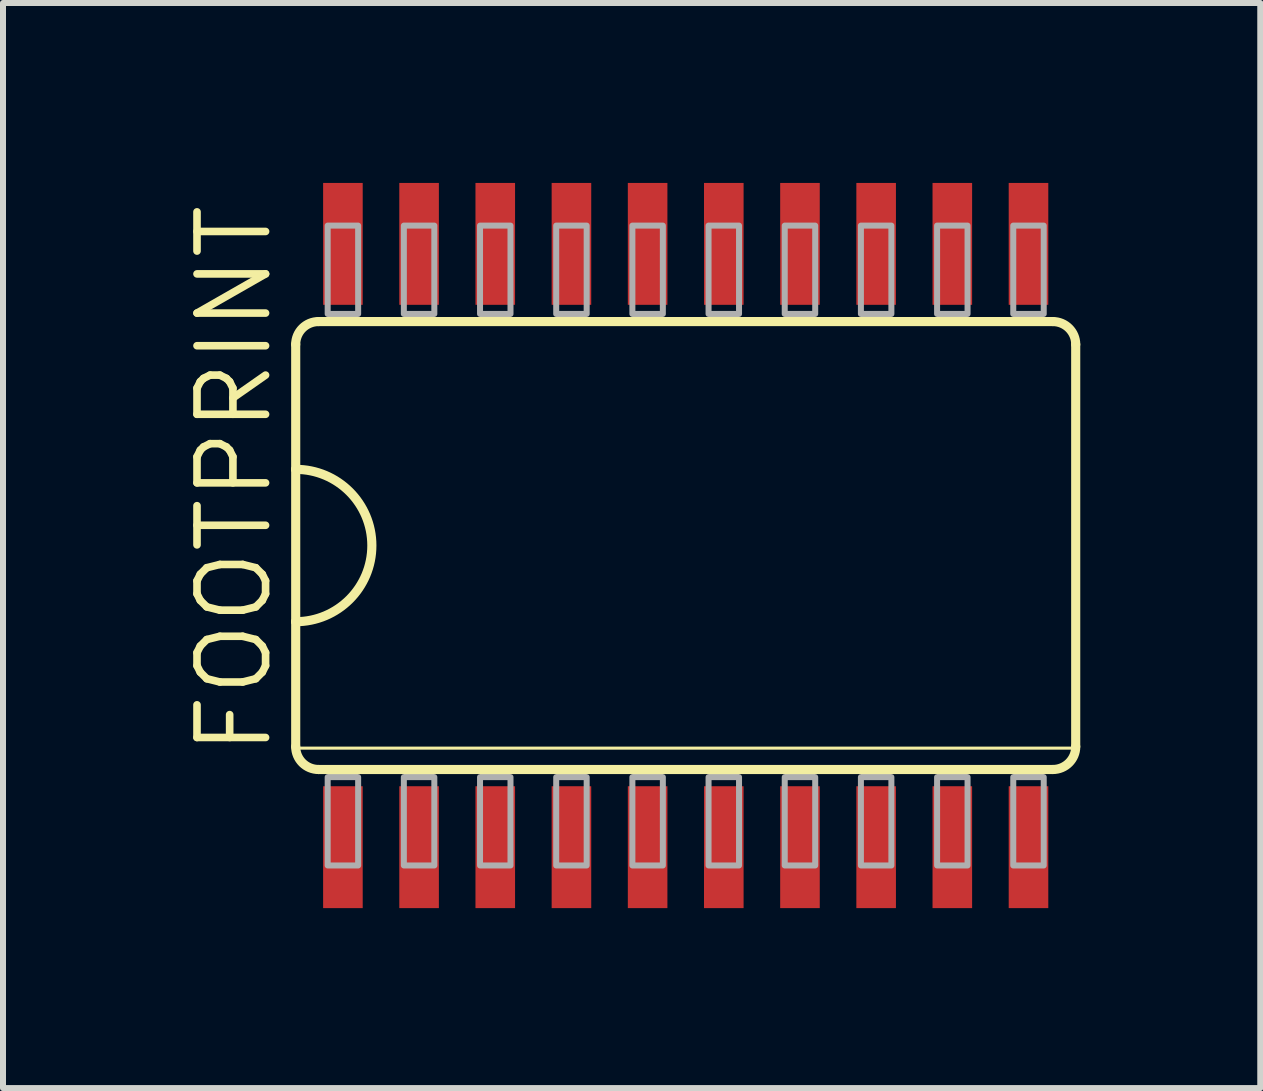
<source format=kicad_pcb>
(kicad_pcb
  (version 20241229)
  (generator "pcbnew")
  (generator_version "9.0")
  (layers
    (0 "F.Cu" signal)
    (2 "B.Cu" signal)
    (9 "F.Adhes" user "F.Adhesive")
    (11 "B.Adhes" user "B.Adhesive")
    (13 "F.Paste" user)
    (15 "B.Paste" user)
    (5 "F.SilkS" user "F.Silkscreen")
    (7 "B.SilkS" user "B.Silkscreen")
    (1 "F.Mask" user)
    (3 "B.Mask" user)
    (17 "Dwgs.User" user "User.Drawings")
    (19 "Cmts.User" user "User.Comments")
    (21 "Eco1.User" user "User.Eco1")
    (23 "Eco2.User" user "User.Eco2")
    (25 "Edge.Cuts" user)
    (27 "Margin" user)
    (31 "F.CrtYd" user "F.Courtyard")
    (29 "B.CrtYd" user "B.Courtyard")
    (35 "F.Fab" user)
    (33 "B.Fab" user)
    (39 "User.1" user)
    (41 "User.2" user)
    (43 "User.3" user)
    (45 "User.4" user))
  (footprint "FOOTPRINT"
    (layer "F.Cu")
    (at 8.382 6.045)
    (property "Reference" "FOOTPRINT" (at -6.858 3.556 90) (layer "F.SilkS") (effects (font (size 1.143 1.143) (thickness 0.127)) (justify left bottom)))
    (fp_line (start -6.502 -3.353) (end -6.502 -1.27) (stroke (width 0.152) (type solid)) (layer "F.SilkS"))
    (fp_line (start -6.502 -1.27) (end -6.502 1.27) (stroke (width 0.152) (type solid)) (layer "F.SilkS"))
    (fp_line (start -6.502 1.27) (end -6.502 3.353) (stroke (width 0.152) (type solid)) (layer "F.SilkS"))
    (fp_line (start -6.477 3.378) (end 6.477 3.378) (stroke (width 0.051) (type solid)) (layer "F.SilkS"))
    (fp_line (start -6.121 3.734) (end 6.121 3.734) (stroke (width 0.152) (type solid)) (layer "F.SilkS"))
    (fp_line (start 6.121 -3.734) (end -6.121 -3.734) (stroke (width 0.152) (type solid)) (layer "F.SilkS"))
    (fp_line (start 6.502 3.353) (end 6.502 -3.353) (stroke (width 0.152) (type solid)) (layer "F.SilkS"))
    (fp_arc (start -6.5024 -3.3528) (mid -6.390808 -3.622208) (end -6.1214 -3.7338) (stroke (width 0.1524) (type solid)) (layer "F.SilkS"))
    (fp_arc (start -6.5024 -1.27) (mid -5.2324 0) (end -6.5024 1.27) (stroke (width 0.1524) (type solid)) (layer "F.SilkS"))
    (fp_arc (start -6.1214 3.7338) (mid -6.390808 3.622208) (end -6.5024 3.3528) (stroke (width 0.1524) (type solid)) (layer "F.SilkS"))
    (fp_arc (start 6.1214 -3.7338) (mid 6.390808 -3.622208) (end 6.5024 -3.3528) (stroke (width 0.1524) (type solid)) (layer "F.SilkS"))
    (fp_arc (start 6.5024 3.3528) (mid 6.390808 3.622208) (end 6.1214 3.7338) (stroke (width 0.1524) (type solid)) (layer "F.SilkS"))
    (fp_poly (pts (xy -5.969 -3.734) (xy -5.461 -3.734) (xy -5.461 -3.861) (xy -5.969 -3.861)) (stroke (width 0) (type solid)) (fill yes) (layer "F.SilkS"))
    (fp_poly (pts (xy -5.969 3.861) (xy -5.461 3.861) (xy -5.461 3.734) (xy -5.969 3.734)) (stroke (width 0) (type solid)) (fill yes) (layer "F.SilkS"))
    (fp_poly (pts (xy -4.699 -3.734) (xy -4.191 -3.734) (xy -4.191 -3.861) (xy -4.699 -3.861)) (stroke (width 0) (type solid)) (fill yes) (layer "F.SilkS"))
    (fp_poly (pts (xy -4.699 3.861) (xy -4.191 3.861) (xy -4.191 3.734) (xy -4.699 3.734)) (stroke (width 0) (type solid)) (fill yes) (layer "F.SilkS"))
    (fp_poly (pts (xy -3.429 -3.734) (xy -2.921 -3.734) (xy -2.921 -3.861) (xy -3.429 -3.861)) (stroke (width 0) (type solid)) (fill yes) (layer "F.SilkS"))
    (fp_poly (pts (xy -3.429 3.861) (xy -2.921 3.861) (xy -2.921 3.734) (xy -3.429 3.734)) (stroke (width 0) (type solid)) (fill yes) (layer "F.SilkS"))
    (fp_poly (pts (xy -2.159 -3.734) (xy -1.651 -3.734) (xy -1.651 -3.861) (xy -2.159 -3.861)) (stroke (width 0) (type solid)) (fill yes) (layer "F.SilkS"))
    (fp_poly (pts (xy -2.159 3.861) (xy -1.651 3.861) (xy -1.651 3.734) (xy -2.159 3.734)) (stroke (width 0) (type solid)) (fill yes) (layer "F.SilkS"))
    (fp_poly (pts (xy -0.889 -3.734) (xy -0.381 -3.734) (xy -0.381 -3.861) (xy -0.889 -3.861)) (stroke (width 0) (type solid)) (fill yes) (layer "F.SilkS"))
    (fp_poly (pts (xy -0.889 3.861) (xy -0.381 3.861) (xy -0.381 3.734) (xy -0.889 3.734)) (stroke (width 0) (type solid)) (fill yes) (layer "F.SilkS"))
    (fp_poly (pts (xy 0.381 -3.734) (xy 0.889 -3.734) (xy 0.889 -3.861) (xy 0.381 -3.861)) (stroke (width 0) (type solid)) (fill yes) (layer "F.SilkS"))
    (fp_poly (pts (xy 0.381 3.861) (xy 0.889 3.861) (xy 0.889 3.734) (xy 0.381 3.734)) (stroke (width 0) (type solid)) (fill yes) (layer "F.SilkS"))
    (fp_poly (pts (xy 1.651 -3.734) (xy 2.159 -3.734) (xy 2.159 -3.861) (xy 1.651 -3.861)) (stroke (width 0) (type solid)) (fill yes) (layer "F.SilkS"))
    (fp_poly (pts (xy 1.651 3.861) (xy 2.159 3.861) (xy 2.159 3.734) (xy 1.651 3.734)) (stroke (width 0) (type solid)) (fill yes) (layer "F.SilkS"))
    (fp_poly (pts (xy 2.921 -3.734) (xy 3.429 -3.734) (xy 3.429 -3.861) (xy 2.921 -3.861)) (stroke (width 0) (type solid)) (fill yes) (layer "F.SilkS"))
    (fp_poly (pts (xy 2.921 3.861) (xy 3.429 3.861) (xy 3.429 3.734) (xy 2.921 3.734)) (stroke (width 0) (type solid)) (fill yes) (layer "F.SilkS"))
    (fp_poly (pts (xy 4.191 -3.734) (xy 4.699 -3.734) (xy 4.699 -3.861) (xy 4.191 -3.861)) (stroke (width 0) (type solid)) (fill yes) (layer "F.SilkS"))
    (fp_poly (pts (xy 4.191 3.861) (xy 4.699 3.861) (xy 4.699 3.734) (xy 4.191 3.734)) (stroke (width 0) (type solid)) (fill yes) (layer "F.SilkS"))
    (fp_poly (pts (xy 5.461 -3.734) (xy 5.969 -3.734) (xy 5.969 -3.861) (xy 5.461 -3.861)) (stroke (width 0) (type solid)) (fill yes) (layer "F.SilkS"))
    (fp_poly (pts (xy 5.461 3.861) (xy 5.969 3.861) (xy 5.969 3.734) (xy 5.461 3.734)) (stroke (width 0) (type solid)) (fill yes) (layer "F.SilkS"))
    (fp_poly (pts (xy -5.969 -3.861) (xy -5.461 -3.861) (xy -5.461 -5.334) (xy -5.969 -5.334)) (stroke (width 0.1) (type solid)) (fill no) (layer "F.Fab"))
    (fp_poly (pts (xy -5.969 5.334) (xy -5.461 5.334) (xy -5.461 3.861) (xy -5.969 3.861)) (stroke (width 0.1) (type solid)) (fill no) (layer "F.Fab"))
    (fp_poly (pts (xy -4.699 -3.861) (xy -4.191 -3.861) (xy -4.191 -5.334) (xy -4.699 -5.334)) (stroke (width 0.1) (type solid)) (fill no) (layer "F.Fab"))
    (fp_poly (pts (xy -4.699 5.334) (xy -4.191 5.334) (xy -4.191 3.861) (xy -4.699 3.861)) (stroke (width 0.1) (type solid)) (fill no) (layer "F.Fab"))
    (fp_poly (pts (xy -3.429 -3.861) (xy -2.921 -3.861) (xy -2.921 -5.334) (xy -3.429 -5.334)) (stroke (width 0.1) (type solid)) (fill no) (layer "F.Fab"))
    (fp_poly (pts (xy -3.429 5.334) (xy -2.921 5.334) (xy -2.921 3.861) (xy -3.429 3.861)) (stroke (width 0.1) (type solid)) (fill no) (layer "F.Fab"))
    (fp_poly (pts (xy -2.159 -3.861) (xy -1.651 -3.861) (xy -1.651 -5.334) (xy -2.159 -5.334)) (stroke (width 0.1) (type solid)) (fill no) (layer "F.Fab"))
    (fp_poly (pts (xy -2.159 5.334) (xy -1.651 5.334) (xy -1.651 3.861) (xy -2.159 3.861)) (stroke (width 0.1) (type solid)) (fill no) (layer "F.Fab"))
    (fp_poly (pts (xy -0.889 -3.861) (xy -0.381 -3.861) (xy -0.381 -5.334) (xy -0.889 -5.334)) (stroke (width 0.1) (type solid)) (fill no) (layer "F.Fab"))
    (fp_poly (pts (xy -0.889 5.334) (xy -0.381 5.334) (xy -0.381 3.861) (xy -0.889 3.861)) (stroke (width 0.1) (type solid)) (fill no) (layer "F.Fab"))
    (fp_poly (pts (xy 0.381 -3.861) (xy 0.889 -3.861) (xy 0.889 -5.334) (xy 0.381 -5.334)) (stroke (width 0.1) (type solid)) (fill no) (layer "F.Fab"))
    (fp_poly (pts (xy 0.381 5.334) (xy 0.889 5.334) (xy 0.889 3.861) (xy 0.381 3.861)) (stroke (width 0.1) (type solid)) (fill no) (layer "F.Fab"))
    (fp_poly (pts (xy 1.651 -3.861) (xy 2.159 -3.861) (xy 2.159 -5.334) (xy 1.651 -5.334)) (stroke (width 0.1) (type solid)) (fill no) (layer "F.Fab"))
    (fp_poly (pts (xy 1.651 5.334) (xy 2.159 5.334) (xy 2.159 3.861) (xy 1.651 3.861)) (stroke (width 0.1) (type solid)) (fill no) (layer "F.Fab"))
    (fp_poly (pts (xy 2.921 -3.861) (xy 3.429 -3.861) (xy 3.429 -5.334) (xy 2.921 -5.334)) (stroke (width 0.1) (type solid)) (fill no) (layer "F.Fab"))
    (fp_poly (pts (xy 2.921 5.334) (xy 3.429 5.334) (xy 3.429 3.861) (xy 2.921 3.861)) (stroke (width 0.1) (type solid)) (fill no) (layer "F.Fab"))
    (fp_poly (pts (xy 4.191 -3.861) (xy 4.699 -3.861) (xy 4.699 -5.334) (xy 4.191 -5.334)) (stroke (width 0.1) (type solid)) (fill no) (layer "F.Fab"))
    (fp_poly (pts (xy 4.191 5.334) (xy 4.699 5.334) (xy 4.699 3.861) (xy 4.191 3.861)) (stroke (width 0.1) (type solid)) (fill no) (layer "F.Fab"))
    (fp_poly (pts (xy 5.461 -3.861) (xy 5.969 -3.861) (xy 5.969 -5.334) (xy 5.461 -5.334)) (stroke (width 0.1) (type solid)) (fill no) (layer "F.Fab"))
    (fp_poly (pts (xy 5.461 5.334) (xy 5.969 5.334) (xy 5.969 3.861) (xy 5.461 3.861)) (stroke (width 0.1) (type solid)) (fill no) (layer "F.Fab"))
    (pad "1" smd rect (at -5.715 5.029) (size 0.66 2.032) (layers "F.Cu" "F.Mask" "F.Paste"))
    (pad "2" smd rect (at -4.445 5.029) (size 0.66 2.032) (layers "F.Cu" "F.Mask" "F.Paste"))
    (pad "3" smd rect (at -3.175 5.029) (size 0.66 2.032) (layers "F.Cu" "F.Mask" "F.Paste"))
    (pad "4" smd rect (at -1.905 5.029) (size 0.66 2.032) (layers "F.Cu" "F.Mask" "F.Paste"))
    (pad "5" smd rect (at -0.635 5.029) (size 0.66 2.032) (layers "F.Cu" "F.Mask" "F.Paste"))
    (pad "6" smd rect (at 0.635 5.029) (size 0.66 2.032) (layers "F.Cu" "F.Mask" "F.Paste"))
    (pad "7" smd rect (at 1.905 5.029) (size 0.66 2.032) (layers "F.Cu" "F.Mask" "F.Paste"))
    (pad "8" smd rect (at 3.175 5.029) (size 0.66 2.032) (layers "F.Cu" "F.Mask" "F.Paste"))
    (pad "9" smd rect (at 4.445 5.029) (size 0.66 2.032) (layers "F.Cu" "F.Mask" "F.Paste"))
    (pad "10" smd rect (at 5.715 5.029) (size 0.66 2.032) (layers "F.Cu" "F.Mask" "F.Paste"))
    (pad "11" smd rect (at 5.715 -5.029) (size 0.66 2.032) (layers "F.Cu" "F.Mask" "F.Paste"))
    (pad "12" smd rect (at 4.445 -5.029) (size 0.66 2.032) (layers "F.Cu" "F.Mask" "F.Paste"))
    (pad "13" smd rect (at 3.175 -5.029) (size 0.66 2.032) (layers "F.Cu" "F.Mask" "F.Paste"))
    (pad "14" smd rect (at 1.905 -5.029) (size 0.66 2.032) (layers "F.Cu" "F.Mask" "F.Paste"))
    (pad "15" smd rect (at 0.635 -5.029) (size 0.66 2.032) (layers "F.Cu" "F.Mask" "F.Paste"))
    (pad "16" smd rect (at -0.635 -5.029) (size 0.66 2.032) (layers "F.Cu" "F.Mask" "F.Paste"))
    (pad "17" smd rect (at -1.905 -5.029) (size 0.66 2.032) (layers "F.Cu" "F.Mask" "F.Paste"))
    (pad "18" smd rect (at -3.175 -5.029) (size 0.66 2.032) (layers "F.Cu" "F.Mask" "F.Paste"))
    (pad "19" smd rect (at -4.445 -5.029) (size 0.66 2.032) (layers "F.Cu" "F.Mask" "F.Paste"))
    (pad "20" smd rect (at -5.715 -5.029) (size 0.66 2.032) (layers "F.Cu" "F.Mask" "F.Paste")))
  (gr_rect
    (start -3 -3)
    (end 17.961 15.09)
    (stroke (width 0.1) (type default))
    (fill no)
    (layer "Edge.Cuts")))
</source>
